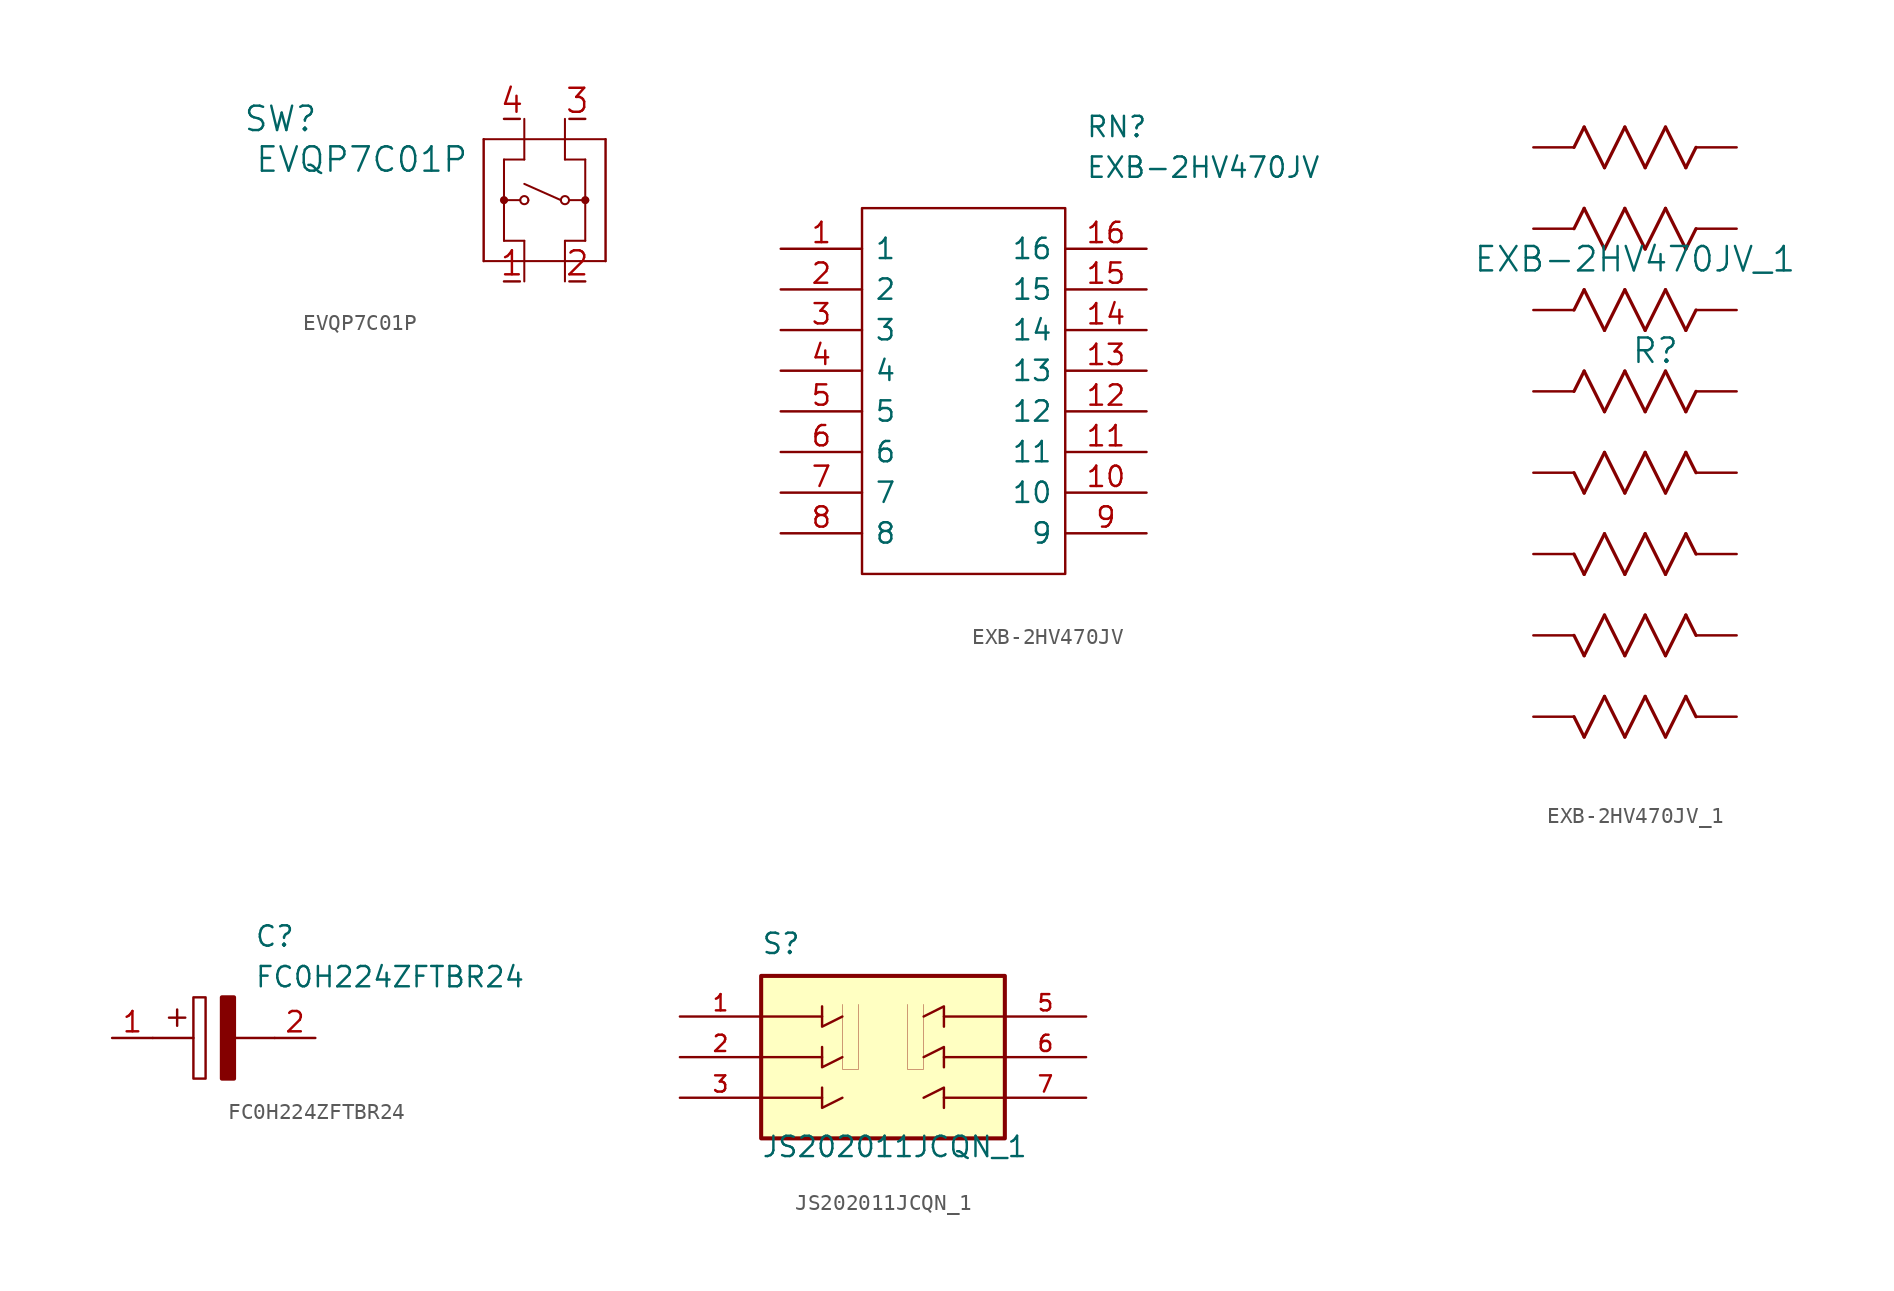
<source format=kicad_sym>
(kicad_symbol_lib
  (version 20211014)
  (generator kicad_symbol_editor)
  (symbol "EVQP7C01P"
    (pin_names
      (offset 0.254) hide)
    (property "Reference" "SW"
      (at 10.16 6.35 0)
      (effects (font (size 1.524 1.524))))
    (property "Value" "EVQP7C01P"
      (at 15.24 3.81 0)
      (effects (font (size 1.524 1.524))))
    (property "Datasheet" ""
      (at 0 0 0)
      (effects (font (size 1.524 1.524))))
    (symbol "EVQP7C01P_1_1"
      (polyline (pts (xy 22.86 -2.54) (xy 22.86 5.08)) (stroke (width 0) (type default) (color 0 0 0 0)) (fill (type none)))
      (polyline (pts (xy 22.86 -2.54) (xy 30.48 -2.54)) (stroke (width 0.127) (type default) (color 0 0 0 0)) (fill (type none)))
      (polyline (pts (xy 24.13 -1.27) (xy 24.13 3.81)) (stroke (width 0.127) (type default) (color 0 0 0 0)) (fill (type none)))
      (polyline (pts (xy 24.13 1.27) (xy 25.146 1.27)) (stroke (width 0.127) (type default) (color 0 0 0 0)) (fill (type none)))
      (polyline (pts (xy 24.13 3.81) (xy 25.4 3.81)) (stroke (width 0.127) (type default) (color 0 0 0 0)) (fill (type none)))
      (polyline (pts (xy 25.4 -3.81) (xy 25.4 -1.27)) (stroke (width 0.127) (type default) (color 0 0 0 0)) (fill (type none)))
      (polyline (pts (xy 25.4 -1.27) (xy 24.13 -1.27)) (stroke (width 0.127) (type default) (color 0 0 0 0)) (fill (type none)))
      (polyline (pts (xy 25.4 2.286) (xy 27.686 1.27)) (stroke (width 0.127) (type default) (color 0 0 0 0)) (fill (type none)))
      (polyline (pts (xy 25.4 3.81) (xy 25.4 6.35)) (stroke (width 0.127) (type default) (color 0 0 0 0)) (fill (type none)))
      (polyline (pts (xy 27.94 -1.27) (xy 27.94 -3.81)) (stroke (width 0.127) (type default) (color 0 0 0 0)) (fill (type none)))
      (polyline (pts (xy 27.94 3.81) (xy 29.21 3.81)) (stroke (width 0.127) (type default) (color 0 0 0 0)) (fill (type none)))
      (polyline (pts (xy 27.94 6.35) (xy 27.94 3.81)) (stroke (width 0.127) (type default) (color 0 0 0 0)) (fill (type none)))
      (polyline (pts (xy 28.194 1.27) (xy 29.21 1.27)) (stroke (width 0.127) (type default) (color 0 0 0 0)) (fill (type none)))
      (polyline (pts (xy 29.21 -1.27) (xy 27.94 -1.27)) (stroke (width 0.127) (type default) (color 0 0 0 0)) (fill (type none)))
      (polyline (pts (xy 29.21 3.81) (xy 29.21 -1.27)) (stroke (width 0.127) (type default) (color 0 0 0 0)) (fill (type none)))
      (polyline (pts (xy 30.48 -2.54) (xy 30.48 5.08)) (stroke (width 0) (type default) (color 0 0 0 0)) (fill (type none)))
      (polyline (pts (xy 30.48 5.08) (xy 22.86 5.08)) (stroke (width 0.127) (type default) (color 0 0 0 0)) (fill (type none)))
      (circle (center 24.13 1.27) (radius 0.127) (stroke (width 0.254) (type default) (color 0 0 0 0)) (fill (type none)))
      (arc (start 24.257 1.27) (mid 24.003 1.27) (end 24.257 1.27) (stroke (width 0.254) (type default) (color 0 0 0 0)) (fill (type none)))
      (circle (center 25.4 1.27) (radius 0.254) (stroke (width 0.127) (type default) (color 0 0 0 0)) (fill (type none)))
      (arc (start 25.654 1.27) (mid 25.146 1.27) (end 25.654 1.27) (stroke (width 0.127) (type default) (color 0 0 0 0)) (fill (type none)))
      (circle (center 27.94 1.27) (radius 0.254) (stroke (width 0.127) (type default) (color 0 0 0 0)) (fill (type none)))
      (arc (start 28.194 1.27) (mid 27.686 1.27) (end 28.194 1.27) (stroke (width 0.127) (type default) (color 0 0 0 0)) (fill (type none)))
      (circle (center 29.21 1.27) (radius 0.127) (stroke (width 0.254) (type default) (color 0 0 0 0)) (fill (type none)))
      (arc (start 29.337 1.27) (mid 29.083 1.27) (end 29.337 1.27) (stroke (width 0.254) (type default) (color 0 0 0 0)) (fill (type none)))
      (pin passive line (at 24.13 -3.81 0) (length 0.991) (name "1" (effects (font (size 1.499 1.499)))) (number "1" (effects (font (size 1.499 1.499)))))
      (pin passive line (at 29.21 -3.81 180) (length 0.991) (name "2" (effects (font (size 1.499 1.499)))) (number "2" (effects (font (size 1.499 1.499)))))
      (pin passive line (at 29.21 6.35 180) (length 0.991) (name "3" (effects (font (size 1.499 1.499)))) (number "3" (effects (font (size 1.499 1.499)))))
      (pin passive line (at 24.13 6.35 0) (length 0.991) (name "4" (effects (font (size 1.499 1.499)))) (number "4" (effects (font (size 1.499 1.499)))))))
  (symbol "EXB-2HV470JV"
    (pin_names
      (offset 0.762))
    (property "Reference" "RN"
      (at 19.05 7.62 0)
      (effects (font (size 1.27 1.27)) (justify left)))
    (property "Value" "EXB-2HV470JV"
      (at 19.05 5.08 0)
      (effects (font (size 1.27 1.27)) (justify left)))
    (symbol "EXB-2HV470JV_0_0"
      (pin passive line (at 0 0 0) (length 5.08) (name "1" (effects (font (size 1.27 1.27)))) (number "1" (effects (font (size 1.27 1.27)))))
      (pin passive line (at 22.86 -15.24 180) (length 5.08) (name "10" (effects (font (size 1.27 1.27)))) (number "10" (effects (font (size 1.27 1.27)))))
      (pin passive line (at 22.86 -12.7 180) (length 5.08) (name "11" (effects (font (size 1.27 1.27)))) (number "11" (effects (font (size 1.27 1.27)))))
      (pin passive line (at 22.86 -10.16 180) (length 5.08) (name "12" (effects (font (size 1.27 1.27)))) (number "12" (effects (font (size 1.27 1.27)))))
      (pin passive line (at 22.86 -7.62 180) (length 5.08) (name "13" (effects (font (size 1.27 1.27)))) (number "13" (effects (font (size 1.27 1.27)))))
      (pin passive line (at 22.86 -5.08 180) (length 5.08) (name "14" (effects (font (size 1.27 1.27)))) (number "14" (effects (font (size 1.27 1.27)))))
      (pin passive line (at 22.86 -2.54 180) (length 5.08) (name "15" (effects (font (size 1.27 1.27)))) (number "15" (effects (font (size 1.27 1.27)))))
      (pin passive line (at 22.86 0 180) (length 5.08) (name "16" (effects (font (size 1.27 1.27)))) (number "16" (effects (font (size 1.27 1.27)))))
      (pin passive line (at 0 -2.54 0) (length 5.08) (name "2" (effects (font (size 1.27 1.27)))) (number "2" (effects (font (size 1.27 1.27)))))
      (pin passive line (at 0 -5.08 0) (length 5.08) (name "3" (effects (font (size 1.27 1.27)))) (number "3" (effects (font (size 1.27 1.27)))))
      (pin passive line (at 0 -7.62 0) (length 5.08) (name "4" (effects (font (size 1.27 1.27)))) (number "4" (effects (font (size 1.27 1.27)))))
      (pin passive line (at 0 -10.16 0) (length 5.08) (name "5" (effects (font (size 1.27 1.27)))) (number "5" (effects (font (size 1.27 1.27)))))
      (pin passive line (at 0 -12.7 0) (length 5.08) (name "6" (effects (font (size 1.27 1.27)))) (number "6" (effects (font (size 1.27 1.27)))))
      (pin passive line (at 0 -15.24 0) (length 5.08) (name "7" (effects (font (size 1.27 1.27)))) (number "7" (effects (font (size 1.27 1.27)))))
      (pin passive line (at 0 -17.78 0) (length 5.08) (name "8" (effects (font (size 1.27 1.27)))) (number "8" (effects (font (size 1.27 1.27)))))
      (pin passive line (at 22.86 -17.78 180) (length 5.08) (name "9" (effects (font (size 1.27 1.27)))) (number "9" (effects (font (size 1.27 1.27))))))
    (symbol "EXB-2HV470JV_0_1"
      (polyline (pts (xy 5.08 2.54) (xy 17.78 2.54) (xy 17.78 -20.32) (xy 5.08 -20.32) (xy 5.08 2.54)) (stroke (width 0.152) (type default) (color 0 0 0 0)) (fill (type none)))))
  (symbol "EXB-2HV470JV_1"
    (pin_numbers hide)
    (pin_names
      (offset -2.54) hide)
    (property "Reference" "R"
      (at 7.62 -12.7 0)
      (effects (font (size 1.524 1.524))))
    (property "Value" "EXB-2HV470JV_1"
      (at 6.35 -6.985 0)
      (effects (font (size 1.524 1.524))))
    (property "Datasheet" ""
      (at 0 0 0)
      (effects (font (size 1.524 1.524))))
    (property "ki_locked" ""
      (at 0 0 0)
      (effects (font (size 1.27 1.27))))
    (symbol "EXB-2HV470JV_1_1_1"
      (polyline (pts (xy 2.54 -15.24) (xy 3.175 -13.97)) (stroke (width 0.203) (type default) (color 0 0 0 0)) (fill (type none)))
      (polyline (pts (xy 2.54 -10.16) (xy 3.175 -8.89)) (stroke (width 0.203) (type default) (color 0 0 0 0)) (fill (type none)))
      (polyline (pts (xy 2.54 -5.08) (xy 3.175 -3.81)) (stroke (width 0.203) (type default) (color 0 0 0 0)) (fill (type none)))
      (polyline (pts (xy 2.54 0) (xy 3.175 1.27)) (stroke (width 0.203) (type default) (color 0 0 0 0)) (fill (type none)))
      (polyline (pts (xy 3.175 -36.83) (xy 2.54 -35.56)) (stroke (width 0.203) (type default) (color 0 0 0 0)) (fill (type none)))
      (polyline (pts (xy 3.175 -31.75) (xy 2.54 -30.48)) (stroke (width 0.203) (type default) (color 0 0 0 0)) (fill (type none)))
      (polyline (pts (xy 3.175 -26.67) (xy 2.54 -25.4)) (stroke (width 0.203) (type default) (color 0 0 0 0)) (fill (type none)))
      (polyline (pts (xy 3.175 -21.59) (xy 2.54 -20.32)) (stroke (width 0.203) (type default) (color 0 0 0 0)) (fill (type none)))
      (polyline (pts (xy 3.175 -13.97) (xy 4.445 -16.51)) (stroke (width 0.203) (type default) (color 0 0 0 0)) (fill (type none)))
      (polyline (pts (xy 3.175 -8.89) (xy 4.445 -11.43)) (stroke (width 0.203) (type default) (color 0 0 0 0)) (fill (type none)))
      (polyline (pts (xy 3.175 -3.81) (xy 4.445 -6.35)) (stroke (width 0.203) (type default) (color 0 0 0 0)) (fill (type none)))
      (polyline (pts (xy 3.175 1.27) (xy 4.445 -1.27)) (stroke (width 0.203) (type default) (color 0 0 0 0)) (fill (type none)))
      (polyline (pts (xy 4.445 -34.29) (xy 3.175 -36.83)) (stroke (width 0.203) (type default) (color 0 0 0 0)) (fill (type none)))
      (polyline (pts (xy 4.445 -29.21) (xy 3.175 -31.75)) (stroke (width 0.203) (type default) (color 0 0 0 0)) (fill (type none)))
      (polyline (pts (xy 4.445 -24.13) (xy 3.175 -26.67)) (stroke (width 0.203) (type default) (color 0 0 0 0)) (fill (type none)))
      (polyline (pts (xy 4.445 -19.05) (xy 3.175 -21.59)) (stroke (width 0.203) (type default) (color 0 0 0 0)) (fill (type none)))
      (polyline (pts (xy 4.445 -16.51) (xy 5.715 -13.97)) (stroke (width 0.203) (type default) (color 0 0 0 0)) (fill (type none)))
      (polyline (pts (xy 4.445 -11.43) (xy 5.715 -8.89)) (stroke (width 0.203) (type default) (color 0 0 0 0)) (fill (type none)))
      (polyline (pts (xy 4.445 -6.35) (xy 5.715 -3.81)) (stroke (width 0.203) (type default) (color 0 0 0 0)) (fill (type none)))
      (polyline (pts (xy 4.445 -1.27) (xy 5.715 1.27)) (stroke (width 0.203) (type default) (color 0 0 0 0)) (fill (type none)))
      (polyline (pts (xy 5.715 -36.83) (xy 4.445 -34.29)) (stroke (width 0.203) (type default) (color 0 0 0 0)) (fill (type none)))
      (polyline (pts (xy 5.715 -31.75) (xy 4.445 -29.21)) (stroke (width 0.203) (type default) (color 0 0 0 0)) (fill (type none)))
      (polyline (pts (xy 5.715 -26.67) (xy 4.445 -24.13)) (stroke (width 0.203) (type default) (color 0 0 0 0)) (fill (type none)))
      (polyline (pts (xy 5.715 -21.59) (xy 4.445 -19.05)) (stroke (width 0.203) (type default) (color 0 0 0 0)) (fill (type none)))
      (polyline (pts (xy 5.715 -13.97) (xy 6.985 -16.51)) (stroke (width 0.203) (type default) (color 0 0 0 0)) (fill (type none)))
      (polyline (pts (xy 5.715 -8.89) (xy 6.985 -11.43)) (stroke (width 0.203) (type default) (color 0 0 0 0)) (fill (type none)))
      (polyline (pts (xy 5.715 -3.81) (xy 6.985 -6.35)) (stroke (width 0.203) (type default) (color 0 0 0 0)) (fill (type none)))
      (polyline (pts (xy 5.715 1.27) (xy 6.985 -1.27)) (stroke (width 0.203) (type default) (color 0 0 0 0)) (fill (type none)))
      (polyline (pts (xy 6.985 -34.29) (xy 5.715 -36.83)) (stroke (width 0.203) (type default) (color 0 0 0 0)) (fill (type none)))
      (polyline (pts (xy 6.985 -29.21) (xy 5.715 -31.75)) (stroke (width 0.203) (type default) (color 0 0 0 0)) (fill (type none)))
      (polyline (pts (xy 6.985 -24.13) (xy 5.715 -26.67)) (stroke (width 0.203) (type default) (color 0 0 0 0)) (fill (type none)))
      (polyline (pts (xy 6.985 -19.05) (xy 5.715 -21.59)) (stroke (width 0.203) (type default) (color 0 0 0 0)) (fill (type none)))
      (polyline (pts (xy 6.985 -16.51) (xy 8.255 -13.97)) (stroke (width 0.203) (type default) (color 0 0 0 0)) (fill (type none)))
      (polyline (pts (xy 6.985 -11.43) (xy 8.255 -8.89)) (stroke (width 0.203) (type default) (color 0 0 0 0)) (fill (type none)))
      (polyline (pts (xy 6.985 -6.35) (xy 8.255 -3.81)) (stroke (width 0.203) (type default) (color 0 0 0 0)) (fill (type none)))
      (polyline (pts (xy 6.985 -1.27) (xy 8.255 1.27)) (stroke (width 0.203) (type default) (color 0 0 0 0)) (fill (type none)))
      (polyline (pts (xy 8.255 -36.83) (xy 6.985 -34.29)) (stroke (width 0.203) (type default) (color 0 0 0 0)) (fill (type none)))
      (polyline (pts (xy 8.255 -31.75) (xy 6.985 -29.21)) (stroke (width 0.203) (type default) (color 0 0 0 0)) (fill (type none)))
      (polyline (pts (xy 8.255 -26.67) (xy 6.985 -24.13)) (stroke (width 0.203) (type default) (color 0 0 0 0)) (fill (type none)))
      (polyline (pts (xy 8.255 -21.59) (xy 6.985 -19.05)) (stroke (width 0.203) (type default) (color 0 0 0 0)) (fill (type none)))
      (polyline (pts (xy 8.255 -13.97) (xy 9.525 -16.51)) (stroke (width 0.203) (type default) (color 0 0 0 0)) (fill (type none)))
      (polyline (pts (xy 8.255 -8.89) (xy 9.525 -11.43)) (stroke (width 0.203) (type default) (color 0 0 0 0)) (fill (type none)))
      (polyline (pts (xy 8.255 -3.81) (xy 9.525 -6.35)) (stroke (width 0.203) (type default) (color 0 0 0 0)) (fill (type none)))
      (polyline (pts (xy 8.255 1.27) (xy 9.525 -1.27)) (stroke (width 0.203) (type default) (color 0 0 0 0)) (fill (type none)))
      (polyline (pts (xy 9.525 -34.29) (xy 8.255 -36.83)) (stroke (width 0.203) (type default) (color 0 0 0 0)) (fill (type none)))
      (polyline (pts (xy 9.525 -29.21) (xy 8.255 -31.75)) (stroke (width 0.203) (type default) (color 0 0 0 0)) (fill (type none)))
      (polyline (pts (xy 9.525 -24.13) (xy 8.255 -26.67)) (stroke (width 0.203) (type default) (color 0 0 0 0)) (fill (type none)))
      (polyline (pts (xy 9.525 -19.05) (xy 8.255 -21.59)) (stroke (width 0.203) (type default) (color 0 0 0 0)) (fill (type none)))
      (polyline (pts (xy 9.525 -16.51) (xy 10.16 -15.24)) (stroke (width 0.203) (type default) (color 0 0 0 0)) (fill (type none)))
      (polyline (pts (xy 9.525 -11.43) (xy 10.16 -10.16)) (stroke (width 0.203) (type default) (color 0 0 0 0)) (fill (type none)))
      (polyline (pts (xy 9.525 -6.35) (xy 10.16 -5.08)) (stroke (width 0.203) (type default) (color 0 0 0 0)) (fill (type none)))
      (polyline (pts (xy 9.525 -1.27) (xy 10.16 0)) (stroke (width 0.203) (type default) (color 0 0 0 0)) (fill (type none)))
      (polyline (pts (xy 10.16 -35.56) (xy 9.525 -34.29)) (stroke (width 0.203) (type default) (color 0 0 0 0)) (fill (type none)))
      (polyline (pts (xy 10.16 -30.48) (xy 9.525 -29.21)) (stroke (width 0.203) (type default) (color 0 0 0 0)) (fill (type none)))
      (polyline (pts (xy 10.16 -25.4) (xy 9.525 -24.13)) (stroke (width 0.203) (type default) (color 0 0 0 0)) (fill (type none)))
      (polyline (pts (xy 10.16 -20.32) (xy 9.525 -19.05)) (stroke (width 0.203) (type default) (color 0 0 0 0)) (fill (type none)))
      (pin passive line (at 0 0 0) (length 2.54) (name "1" (effects (font (size 1.499 1.499)))) (number "1" (effects (font (size 1.499 1.499)))))
      (pin passive line (at 12.7 -30.48 180) (length 2.54) (name "10" (effects (font (size 1.499 1.499)))) (number "10" (effects (font (size 1.499 1.499)))))
      (pin passive line (at 12.7 -25.4 180) (length 2.54) (name "11" (effects (font (size 1.499 1.499)))) (number "11" (effects (font (size 1.499 1.499)))))
      (pin passive line (at 12.7 -20.32 180) (length 2.54) (name "12" (effects (font (size 1.499 1.499)))) (number "12" (effects (font (size 1.499 1.499)))))
      (pin passive line (at 12.7 -15.24 180) (length 2.54) (name "13" (effects (font (size 1.499 1.499)))) (number "13" (effects (font (size 1.499 1.499)))))
      (pin passive line (at 12.7 -10.16 180) (length 2.54) (name "14" (effects (font (size 1.499 1.499)))) (number "14" (effects (font (size 1.499 1.499)))))
      (pin passive line (at 12.7 -5.08 180) (length 2.54) (name "15" (effects (font (size 1.499 1.499)))) (number "15" (effects (font (size 1.499 1.499)))))
      (pin passive line (at 12.7 0 180) (length 2.54) (name "16" (effects (font (size 1.499 1.499)))) (number "16" (effects (font (size 1.499 1.499)))))
      (pin passive line (at 0 -5.08 0) (length 2.54) (name "2" (effects (font (size 1.499 1.499)))) (number "2" (effects (font (size 1.499 1.499)))))
      (pin passive line (at 0 -10.16 0) (length 2.54) (name "3" (effects (font (size 1.499 1.499)))) (number "3" (effects (font (size 1.499 1.499)))))
      (pin passive line (at 0 -15.24 0) (length 2.54) (name "4" (effects (font (size 1.499 1.499)))) (number "4" (effects (font (size 1.499 1.499)))))
      (pin passive line (at 0 -20.32 0) (length 2.54) (name "5" (effects (font (size 1.499 1.499)))) (number "5" (effects (font (size 1.499 1.499)))))
      (pin passive line (at 0 -25.4 0) (length 2.54) (name "6" (effects (font (size 1.499 1.499)))) (number "6" (effects (font (size 1.499 1.499)))))
      (pin passive line (at 0 -30.48 0) (length 2.54) (name "7" (effects (font (size 1.499 1.499)))) (number "7" (effects (font (size 1.499 1.499)))))
      (pin passive line (at 0 -35.56 0) (length 2.54) (name "8" (effects (font (size 1.499 1.499)))) (number "8" (effects (font (size 1.499 1.499)))))
      (pin passive line (at 12.7 -35.56 180) (length 2.54) (name "9" (effects (font (size 1.499 1.499)))) (number "9" (effects (font (size 1.499 1.499)))))))
  (symbol "FC0H224ZFTBR24"
    (pin_names
      (offset 0.762))
    (property "Reference" "C"
      (at 8.89 6.35 0)
      (effects (font (size 1.27 1.27)) (justify left)))
    (property "Value" "FC0H224ZFTBR24"
      (at 8.89 3.81 0)
      (effects (font (size 1.27 1.27)) (justify left)))
    (symbol "FC0H224ZFTBR24_0_0"
      (pin passive line (at 0 0 0) (length 2.54) (name "~" (effects (font (size 1.27 1.27)))) (number "1" (effects (font (size 1.27 1.27)))))
      (pin passive line (at 12.7 0 180) (length 2.54) (name "~" (effects (font (size 1.27 1.27)))) (number "2" (effects (font (size 1.27 1.27))))))
    (symbol "FC0H224ZFTBR24_0_1"
      (polyline (pts (xy 2.54 0) (xy 5.08 0)) (stroke (width 0.152) (type default) (color 0 0 0 0)) (fill (type none)))
      (polyline (pts (xy 4.064 1.778) (xy 4.064 0.762)) (stroke (width 0.152) (type default) (color 0 0 0 0)) (fill (type none)))
      (polyline (pts (xy 4.572 1.27) (xy 3.556 1.27)) (stroke (width 0.152) (type default) (color 0 0 0 0)) (fill (type none)))
      (polyline (pts (xy 7.62 0) (xy 10.16 0)) (stroke (width 0.152) (type default) (color 0 0 0 0)) (fill (type none)))
      (polyline (pts (xy 5.08 2.54) (xy 5.08 -2.54) (xy 5.842 -2.54) (xy 5.842 2.54) (xy 5.08 2.54)) (stroke (width 0.152) (type default) (color 0 0 0 0)) (fill (type none)))
      (polyline (pts (xy 7.62 2.54) (xy 7.62 -2.54) (xy 6.858 -2.54) (xy 6.858 2.54) (xy 7.62 2.54)) (stroke (width 0.254) (type default) (color 0 0 0 0)) (fill (type outline)))))
  (symbol "JS202011JCQN_1"
    (pin_names
      (offset 1.016) hide)
    (property "Reference" "S"
      (at -7.62 6.35 0)
      (effects (font (size 1.27 1.27)) (justify left bottom)))
    (property "Value" "JS202011JCQN_1"
      (at -7.62 -6.35 0)
      (effects (font (size 1.27 1.27)) (justify left bottom)))
    (property "ki_locked" ""
      (at 0 0 0)
      (effects (font (size 1.27 1.27))))
    (symbol "JS202011JCQN_1_0_0"
      (rectangle (start -7.62 -5.08) (end 7.62 5.08) (stroke (width 0.254) (type default) (color 0 0 0 0)) (fill (type background)))
      (polyline (pts (xy -7.62 -2.54) (xy -3.81 -2.54)) (stroke (width 0.152) (type default) (color 0 0 0 0)) (fill (type none)))
      (polyline (pts (xy -7.62 0) (xy -3.81 0)) (stroke (width 0.152) (type default) (color 0 0 0 0)) (fill (type none)))
      (polyline (pts (xy -7.62 2.54) (xy -3.81 2.54)) (stroke (width 0.152) (type default) (color 0 0 0 0)) (fill (type none)))
      (polyline (pts (xy 7.62 -2.54) (xy 3.81 -2.54)) (stroke (width 0.152) (type default) (color 0 0 0 0)) (fill (type none)))
      (polyline (pts (xy 7.62 0) (xy 3.81 0)) (stroke (width 0.152) (type default) (color 0 0 0 0)) (fill (type none)))
      (polyline (pts (xy 7.62 2.54) (xy 3.81 2.54)) (stroke (width 0.152) (type default) (color 0 0 0 0)) (fill (type none)))
      (polyline (pts (xy -3.81 -1.905) (xy -3.81 -3.175) (xy -2.54 -2.54)) (stroke (width 0.152) (type default) (color 0 0 0 0)) (fill (type background)))
      (polyline (pts (xy -3.81 0.635) (xy -3.81 -0.635) (xy -2.54 0)) (stroke (width 0.152) (type default) (color 0 0 0 0)) (fill (type background)))
      (polyline (pts (xy -3.81 3.175) (xy -3.81 1.905) (xy -2.54 2.54)) (stroke (width 0.152) (type default) (color 0 0 0 0)) (fill (type background)))
      (polyline (pts (xy 3.81 -3.175) (xy 3.81 -1.905) (xy 2.54 -2.54)) (stroke (width 0.152) (type default) (color 0 0 0 0)) (fill (type background)))
      (polyline (pts (xy 3.81 -0.635) (xy 3.81 0.635) (xy 2.54 0)) (stroke (width 0.152) (type default) (color 0 0 0 0)) (fill (type background)))
      (polyline (pts (xy 3.81 1.905) (xy 3.81 3.175) (xy 2.54 2.54)) (stroke (width 0.152) (type default) (color 0 0 0 0)) (fill (type background)))
      (polyline (pts (xy -2.54 3.302) (xy -2.54 -0.762) (xy -1.524 -0.762) (xy -1.524 3.302)) (stroke (width 0.025) (type default) (color 0 0 0 0)) (fill (type background)))
      (polyline (pts (xy 1.524 3.302) (xy 1.524 -0.762) (xy 2.54 -0.762) (xy 2.54 3.302)) (stroke (width 0.025) (type default) (color 0 0 0 0)) (fill (type background)))
      (pin passive line (at -12.7 2.54 0) (length 5.08) (name "~" (effects (font (size 1.016 1.016)))) (number "1" (effects (font (size 1.016 1.016)))))
      (pin passive line (at -12.7 0 0) (length 5.08) (name "~" (effects (font (size 1.016 1.016)))) (number "2" (effects (font (size 1.016 1.016)))))
      (pin passive line (at -12.7 -2.54 0) (length 5.08) (name "~" (effects (font (size 1.016 1.016)))) (number "3" (effects (font (size 1.016 1.016)))))
      (pin passive line (at 12.7 2.54 180) (length 5.08) (name "~" (effects (font (size 1.016 1.016)))) (number "5" (effects (font (size 1.016 1.016)))))
      (pin passive line (at 12.7 0 180) (length 5.08) (name "~" (effects (font (size 1.016 1.016)))) (number "6" (effects (font (size 1.016 1.016)))))
      (pin passive line (at 12.7 -2.54 180) (length 5.08) (name "~" (effects (font (size 1.016 1.016)))) (number "7" (effects (font (size 1.016 1.016))))))))
</source>
